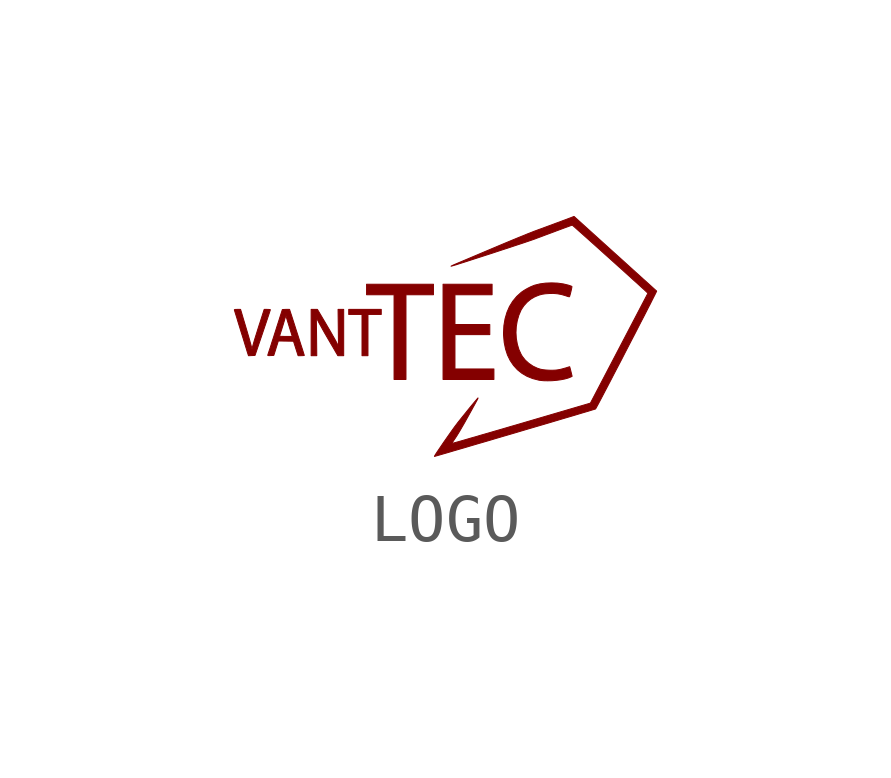
<source format=kicad_sym>
(kicad_symbol_lib
  (version 20210619)
  (generator bitmap2component)
  (symbol "LOGO"
    (pin_names
      (offset 1.016))
    (property "Reference" "#G"
      (at 0 1.866 0)
      (effects (font (size 1.27 1.27)) hide))
    (symbol "LOGO_0_0"
      (polyline (pts (xy -0.216 -2.498) (xy -0.188 -2.49) (xy -0.144 -2.478) (xy -0.086 -2.461) (xy -0.013 -2.44) (xy 0.073 -2.415) (xy 0.17 -2.386) (xy 0.277 -2.355) (xy 0.394 -2.321) (xy 0.519 -2.284) (xy 0.651 -2.245) (xy 0.789 -2.205) (xy 0.933 -2.163) (xy 1.08 -2.119) (xy 1.23 -2.075) (xy 1.381 -2.031) (xy 1.533 -1.986) (xy 1.684 -1.941) (xy 1.834 -1.897) (xy 1.981 -1.854) (xy 2.124 -1.812) (xy 2.262 -1.771) (xy 2.393 -1.732) (xy 2.518 -1.695) (xy 2.634 -1.661) (xy 2.741 -1.629) (xy 2.837 -1.6) (xy 2.922 -1.575) (xy 2.993 -1.554) (xy 3.051 -1.536) (xy 3.094 -1.523) (xy 3.121 -1.515) (xy 3.13 -1.512) (xy 3.131 -1.51) (xy 3.14 -1.495) (xy 3.157 -1.464) (xy 3.181 -1.42) (xy 3.212 -1.362) (xy 3.249 -1.292) (xy 3.291 -1.212) (xy 3.338 -1.122) (xy 3.39 -1.023) (xy 3.445 -0.918) (xy 3.503 -0.806) (xy 3.564 -0.689) (xy 3.627 -0.569) (xy 3.691 -0.446) (xy 3.755 -0.321) (xy 3.82 -0.196) (xy 3.884 -0.072) (xy 3.948 0.05) (xy 4.009 0.169) (xy 4.068 0.284) (xy 4.125 0.393) (xy 4.178 0.496) (xy 4.226 0.591) (xy 4.271 0.677) (xy 4.309 0.754) (xy 4.342 0.819) (xy 4.369 0.872) (xy 4.388 0.911) (xy 4.4 0.935) (xy 4.404 0.944) (xy 4.399 0.949) (xy 4.381 0.965) (xy 4.35 0.993) (xy 4.307 1.032) (xy 4.254 1.08) (xy 4.19 1.138) (xy 4.117 1.203) (xy 4.037 1.276) (xy 3.948 1.356) (xy 3.853 1.442) (xy 3.753 1.533) (xy 3.648 1.628) (xy 3.539 1.726) (xy 2.682 2.501) (xy 2.646 2.487) (xy 2.621 2.477) (xy 2.578 2.461) (xy 2.521 2.439) (xy 2.455 2.415) (xy 2.382 2.387) (xy 2.304 2.359) (xy 2.225 2.329) (xy 2.148 2.301) (xy 2.075 2.274) (xy 2.009 2.249) (xy 1.952 2.229) (xy 1.909 2.213) (xy 1.905 2.211) (xy 1.854 2.193) (xy 1.792 2.168) (xy 1.717 2.139) (xy 1.63 2.103) (xy 1.528 2.062) (xy 1.414 2.015) (xy 1.284 1.961) (xy 1.141 1.901) (xy 0.982 1.834) (xy 0.807 1.76) (xy 0.616 1.679) (xy 0.408 1.591) (xy 0.184 1.496) (xy 0.175 1.492) (xy 0.145 1.478) (xy 0.125 1.468) (xy 0.119 1.463) (xy 0.124 1.464) (xy 0.145 1.47) (xy 0.183 1.481) (xy 0.234 1.496) (xy 0.298 1.517) (xy 0.372 1.54) (xy 0.457 1.567) (xy 0.549 1.597) (xy 0.648 1.629) (xy 0.751 1.662) (xy 0.859 1.697) (xy 0.968 1.732) (xy 1.077 1.768) (xy 1.186 1.804) (xy 1.292 1.838) (xy 1.394 1.872) (xy 1.49 1.904) (xy 1.579 1.933) (xy 1.66 1.96) (xy 1.73 1.984) (xy 1.789 2.004) (xy 1.835 2.02) (xy 1.866 2.031) (xy 1.867 2.031) (xy 1.894 2.042) (xy 1.937 2.058) (xy 1.992 2.078) (xy 2.057 2.103) (xy 2.13 2.13) (xy 2.208 2.159) (xy 2.289 2.189) (xy 2.306 2.196) (xy 2.382 2.224) (xy 2.452 2.25) (xy 2.514 2.273) (xy 2.567 2.292) (xy 2.607 2.307) (xy 2.634 2.316) (xy 2.644 2.32) (xy 2.647 2.317) (xy 2.663 2.304) (xy 2.691 2.28) (xy 2.73 2.245) (xy 2.779 2.201) (xy 2.838 2.149) (xy 2.904 2.09) (xy 2.977 2.025) (xy 3.056 1.954) (xy 3.14 1.879) (xy 3.227 1.801) (xy 3.316 1.72) (xy 3.407 1.639) (xy 3.498 1.557) (xy 3.588 1.476) (xy 3.676 1.397) (xy 3.76 1.321) (xy 3.841 1.248) (xy 3.915 1.18) (xy 3.984 1.119) (xy 4.045 1.063) (xy 4.096 1.016) (xy 4.139 0.978) (xy 4.17 0.949) (xy 4.189 0.931) (xy 4.221 0.9) (xy 3.023 -1.39) (xy 1.582 -1.813) (xy 1.49 -1.84) (xy 1.331 -1.886) (xy 1.179 -1.931) (xy 1.033 -1.973) (xy 0.894 -2.014) (xy 0.764 -2.051) (xy 0.643 -2.087) (xy 0.533 -2.118) (xy 0.434 -2.147) (xy 0.348 -2.172) (xy 0.275 -2.193) (xy 0.217 -2.209) (xy 0.173 -2.221) (xy 0.147 -2.229) (xy 0.137 -2.231) (xy 0.137 -2.231) (xy 0.141 -2.222) (xy 0.154 -2.2) (xy 0.174 -2.169) (xy 0.199 -2.132) (xy 0.205 -2.124) (xy 0.242 -2.067) (xy 0.287 -1.994) (xy 0.34 -1.903) (xy 0.402 -1.796) (xy 0.471 -1.672) (xy 0.549 -1.532) (xy 0.571 -1.491) (xy 0.6 -1.439) (xy 0.626 -1.392) (xy 0.647 -1.353) (xy 0.661 -1.328) (xy 0.674 -1.303) (xy 0.681 -1.286) (xy 0.68 -1.282) (xy 0.676 -1.286) (xy 0.66 -1.304) (xy 0.635 -1.334) (xy 0.601 -1.374) (xy 0.561 -1.422) (xy 0.515 -1.478) (xy 0.466 -1.538) (xy 0.415 -1.602) (xy 0.362 -1.667) (xy 0.31 -1.732) (xy 0.26 -1.794) (xy 0.238 -1.824) (xy 0.202 -1.871) (xy 0.16 -1.929) (xy 0.113 -1.995) (xy 0.063 -2.066) (xy 0.012 -2.139) (xy -0.039 -2.212) (xy -0.087 -2.283) (xy -0.132 -2.349) (xy -0.171 -2.407) (xy -0.202 -2.454) (xy -0.223 -2.489) (xy -0.226 -2.494) (xy -0.227 -2.501) (xy -0.227 -2.501) (xy -0.216 -2.498)) (stroke (width 0.01)) (fill (type outline)))
      (polyline (pts (xy 2.225 -0.923) (xy 2.317 -0.915) (xy 2.407 -0.903) (xy 2.489 -0.887) (xy 2.56 -0.867) (xy 2.617 -0.844) (xy 2.642 -0.831) (xy 2.618 -0.733) (xy 2.61 -0.701) (xy 2.601 -0.666) (xy 2.594 -0.642) (xy 2.591 -0.632) (xy 2.588 -0.632) (xy 2.571 -0.637) (xy 2.542 -0.646) (xy 2.505 -0.658) (xy 2.496 -0.66) (xy 2.444 -0.675) (xy 2.388 -0.689) (xy 2.34 -0.697) (xy 2.3 -0.702) (xy 2.234 -0.705) (xy 2.163 -0.704) (xy 2.094 -0.7) (xy 2.031 -0.693) (xy 1.981 -0.683) (xy 1.921 -0.664) (xy 1.827 -0.62) (xy 1.741 -0.562) (xy 1.665 -0.493) (xy 1.604 -0.416) (xy 1.579 -0.374) (xy 1.533 -0.273) (xy 1.5 -0.161) (xy 1.479 -0.042) (xy 1.472 0.08) (xy 1.478 0.203) (xy 1.498 0.324) (xy 1.531 0.44) (xy 1.577 0.548) (xy 1.585 0.562) (xy 1.637 0.64) (xy 1.702 0.712) (xy 1.775 0.773) (xy 1.852 0.819) (xy 1.897 0.839) (xy 1.958 0.863) (xy 2.019 0.879) (xy 2.084 0.889) (xy 2.162 0.894) (xy 2.249 0.896) (xy 2.335 0.889) (xy 2.417 0.874) (xy 2.501 0.85) (xy 2.518 0.844) (xy 2.551 0.833) (xy 2.575 0.827) (xy 2.586 0.826) (xy 2.591 0.837) (xy 2.598 0.862) (xy 2.608 0.896) (xy 2.617 0.934) (xy 2.626 0.973) (xy 2.633 1.006) (xy 2.637 1.031) (xy 2.637 1.042) (xy 2.636 1.042) (xy 2.623 1.048) (xy 2.596 1.058) (xy 2.563 1.069) (xy 2.46 1.094) (xy 2.339 1.111) (xy 2.214 1.116) (xy 2.089 1.111) (xy 1.97 1.095) (xy 1.861 1.068) (xy 1.845 1.062) (xy 1.779 1.035) (xy 1.71 1) (xy 1.643 0.961) (xy 1.586 0.922) (xy 1.583 0.92) (xy 1.487 0.833) (xy 1.405 0.734) (xy 1.336 0.623) (xy 1.283 0.5) (xy 1.244 0.368) (xy 1.22 0.226) (xy 1.212 0.076) (xy 1.213 0.023) (xy 1.226 -0.124) (xy 1.254 -0.262) (xy 1.295 -0.388) (xy 1.351 -0.502) (xy 1.42 -0.604) (xy 1.502 -0.694) (xy 1.597 -0.77) (xy 1.703 -0.832) (xy 1.821 -0.879) (xy 1.95 -0.912) (xy 1.968 -0.915) (xy 2.046 -0.923) (xy 2.133 -0.925) (xy 2.225 -0.923)) (stroke (width 0.01)) (fill (type outline)))
      (polyline (pts (xy -0.821 0.869) (xy -0.248 0.869) (xy -0.248 1.088) (xy -1.642 1.088) (xy -1.642 0.869) (xy -1.069 0.869) (xy -1.069 -0.897) (xy -0.821 -0.897) (xy -0.821 0.869)) (stroke (width 0.01)) (fill (type outline)))
      (polyline (pts (xy 1.012 -0.678) (xy 0.2 -0.678) (xy 0.2 0.038) (xy 0.926 0.038) (xy 0.926 0.248) (xy 0.2 0.248) (xy 0.2 0.869) (xy 0.974 0.869) (xy 0.974 1.088) (xy -0.048 1.088) (xy -0.048 -0.897) (xy 1.012 -0.897) (xy 1.012 -0.678)) (stroke (width 0.01)) (fill (type outline)))
      (polyline (pts (xy -3.967 -0.396) (xy -3.807 0.076) (xy -3.795 0.112) (xy -3.765 0.201) (xy -3.737 0.284) (xy -3.712 0.358) (xy -3.69 0.424) (xy -3.672 0.478) (xy -3.659 0.519) (xy -3.65 0.546) (xy -3.647 0.556) (xy -3.647 0.556) (xy -3.656 0.56) (xy -3.679 0.562) (xy -3.711 0.563) (xy -3.776 0.563) (xy -3.868 0.274) (xy -3.873 0.261) (xy -3.907 0.154) (xy -3.935 0.064) (xy -3.959 -0.012) (xy -3.979 -0.077) (xy -3.995 -0.132) (xy -4.008 -0.178) (xy -4.019 -0.219) (xy -4.03 -0.262) (xy -4.057 -0.157) (xy -4.064 -0.134) (xy -4.077 -0.085) (xy -4.094 -0.024) (xy -4.114 0.044) (xy -4.135 0.116) (xy -4.156 0.187) (xy -4.171 0.237) (xy -4.191 0.304) (xy -4.21 0.367) (xy -4.226 0.422) (xy -4.239 0.466) (xy -4.247 0.494) (xy -4.268 0.563) (xy -4.335 0.563) (xy -4.346 0.563) (xy -4.379 0.562) (xy -4.395 0.558) (xy -4.398 0.551) (xy -4.396 0.546) (xy -4.389 0.524) (xy -4.378 0.487) (xy -4.362 0.437) (xy -4.343 0.376) (xy -4.322 0.305) (xy -4.298 0.227) (xy -4.272 0.143) (xy -4.259 0.1) (xy -4.232 0.015) (xy -4.207 -0.066) (xy -4.184 -0.141) (xy -4.164 -0.207) (xy -4.147 -0.261) (xy -4.135 -0.302) (xy -4.127 -0.327) (xy -4.103 -0.402) (xy -3.967 -0.396)) (stroke (width 0.01)) (fill (type outline)))
      (polyline (pts (xy -2.972 -0.4) (xy -2.949 -0.398) (xy -2.94 -0.396) (xy -2.94 -0.395) (xy -2.944 -0.381) (xy -2.954 -0.351) (xy -2.967 -0.307) (xy -2.985 -0.251) (xy -3.007 -0.184) (xy -3.031 -0.109) (xy -3.057 -0.027) (xy -3.085 0.059) (xy -3.114 0.149) (xy -3.143 0.241) (xy -3.172 0.331) (xy -3.2 0.419) (xy -3.228 0.503) (xy -3.247 0.563) (xy -3.323 0.563) (xy -3.333 0.563) (xy -3.366 0.562) (xy -3.389 0.56) (xy -3.398 0.558) (xy -3.398 0.557) (xy -3.403 0.541) (xy -3.413 0.51) (xy -3.427 0.466) (xy -3.445 0.41) (xy -3.465 0.346) (xy -3.488 0.274) (xy -3.513 0.197) (xy -3.538 0.117) (xy -3.564 0.037) (xy -3.574 0.004) (xy -3.455 0.004) (xy -3.455 0.006) (xy -3.45 0.023) (xy -3.441 0.053) (xy -3.428 0.093) (xy -3.413 0.14) (xy -3.411 0.146) (xy -3.393 0.203) (xy -3.375 0.262) (xy -3.359 0.316) (xy -3.347 0.358) (xy -3.339 0.388) (xy -3.331 0.415) (xy -3.325 0.427) (xy -3.321 0.427) (xy -3.317 0.415) (xy -3.317 0.412) (xy -3.311 0.39) (xy -3.3 0.354) (xy -3.286 0.307) (xy -3.269 0.253) (xy -3.251 0.193) (xy -3.191 0) (xy -3.339 0) (xy -3.385 0.000400) (xy -3.422 0.001) (xy -3.446 0.003) (xy -3.455 0.004) (xy -3.574 0.004) (xy -3.589 -0.042) (xy -3.614 -0.118) (xy -3.636 -0.189) (xy -3.656 -0.252) (xy -3.674 -0.306) (xy -3.688 -0.348) (xy -3.697 -0.377) (xy -3.701 -0.389) (xy -3.702 -0.393) (xy -3.696 -0.398) (xy -3.676 -0.4) (xy -3.641 -0.399) (xy -3.576 -0.396) (xy -3.559 -0.344) (xy -3.554 -0.327) (xy -3.541 -0.287) (xy -3.527 -0.24) (xy -3.512 -0.193) (xy -3.481 -0.095) (xy -3.165 -0.1) (xy -3.117 -0.251) (xy -3.069 -0.401) (xy -3.004 -0.401) (xy -2.972 -0.4)) (stroke (width 0.01)) (fill (type outline)))
      (polyline (pts (xy -2.684 -0.004) (xy -2.689 0.394) (xy -2.639 0.294) (xy -2.636 0.288) (xy -2.616 0.251) (xy -2.588 0.201) (xy -2.555 0.141) (xy -2.518 0.075) (xy -2.478 0.006) (xy -2.438 -0.063) (xy -2.423 -0.088) (xy -2.386 -0.152) (xy -2.35 -0.212) (xy -2.319 -0.266) (xy -2.294 -0.31) (xy -2.275 -0.342) (xy -2.264 -0.36) (xy -2.241 -0.401) (xy -2.119 -0.401) (xy -2.119 0.563) (xy -2.236 0.563) (xy -2.227 -0.206) (xy -2.275 -0.11) (xy -2.285 -0.091) (xy -2.307 -0.051) (xy -2.337 0.001) (xy -2.372 0.063) (xy -2.411 0.131) (xy -2.453 0.202) (xy -2.495 0.274) (xy -2.666 0.563) (xy -2.797 0.563) (xy -2.797 -0.401) (xy -2.68 -0.401) (xy -2.684 -0.004)) (stroke (width 0.01)) (fill (type outline)))
      (polyline (pts (xy -1.613 0.458) (xy -1.336 0.458) (xy -1.336 0.563) (xy -2.014 0.563) (xy -2.014 0.458) (xy -1.737 0.458) (xy -1.737 -0.401) (xy -1.613 -0.401) (xy -1.613 0.458)) (stroke (width 0.01)) (fill (type outline))))))
</source>
